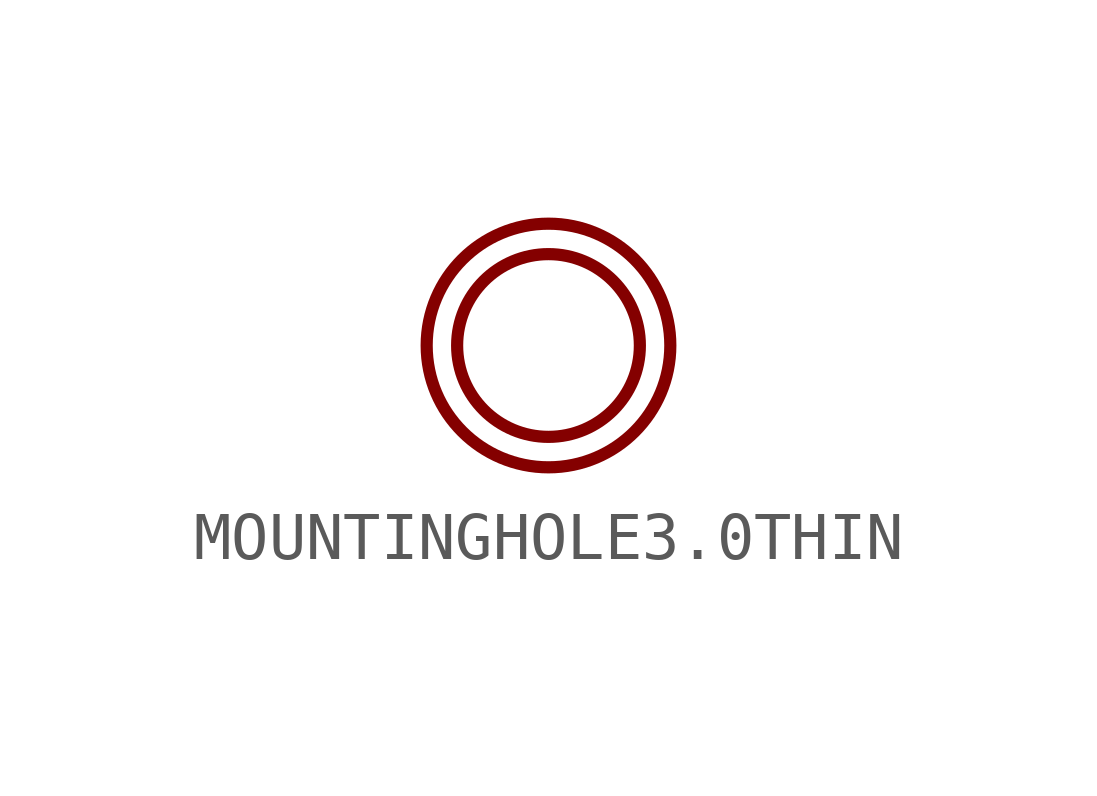
<source format=kicad_sym>
(kicad_symbol_lib
  (version 20211014)
  (generator kicad_symbol_editor)
  (symbol "MOUNTINGHOLE3.0THIN"
    (property "Reference" ""
      (at 0 0 0)
      (effects (font (size 1.27 1.27)) hide))
    (property "ki_locked" ""
      (at 0 0 0)
      (effects (font (size 1.27 1.27))))
    (symbol "MOUNTINGHOLE3.0THIN_1_0"
      (circle (center 0 0) (radius 1.905) (stroke (width 0.254) (type default) (color 0 0 0 0)) (fill (type none)))
      (circle (center 0 0) (radius 2.54) (stroke (width 0.254) (type default) (color 0 0 0 0)) (fill (type none))))))
</source>
